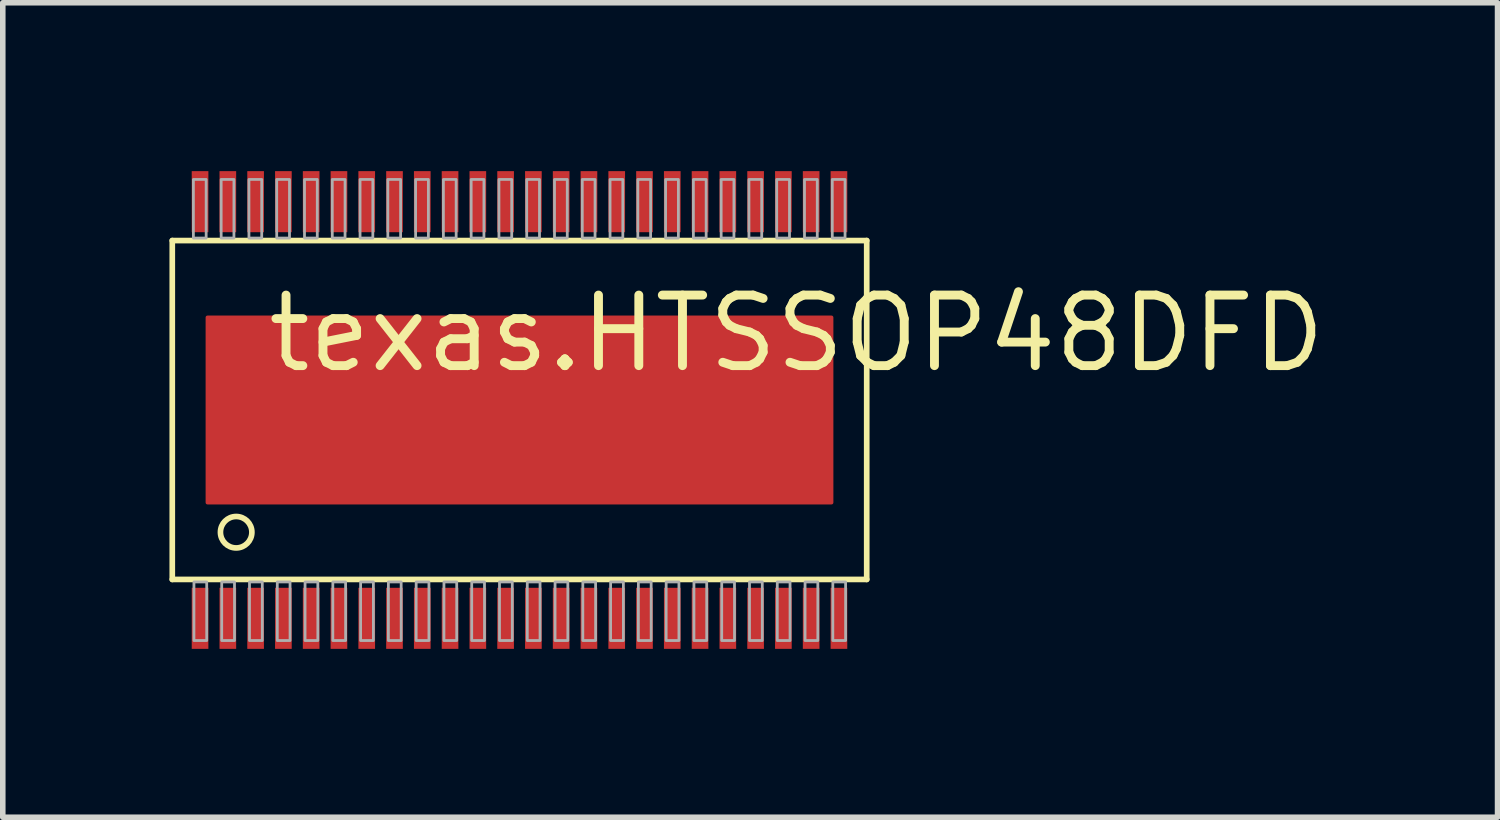
<source format=kicad_pcb>
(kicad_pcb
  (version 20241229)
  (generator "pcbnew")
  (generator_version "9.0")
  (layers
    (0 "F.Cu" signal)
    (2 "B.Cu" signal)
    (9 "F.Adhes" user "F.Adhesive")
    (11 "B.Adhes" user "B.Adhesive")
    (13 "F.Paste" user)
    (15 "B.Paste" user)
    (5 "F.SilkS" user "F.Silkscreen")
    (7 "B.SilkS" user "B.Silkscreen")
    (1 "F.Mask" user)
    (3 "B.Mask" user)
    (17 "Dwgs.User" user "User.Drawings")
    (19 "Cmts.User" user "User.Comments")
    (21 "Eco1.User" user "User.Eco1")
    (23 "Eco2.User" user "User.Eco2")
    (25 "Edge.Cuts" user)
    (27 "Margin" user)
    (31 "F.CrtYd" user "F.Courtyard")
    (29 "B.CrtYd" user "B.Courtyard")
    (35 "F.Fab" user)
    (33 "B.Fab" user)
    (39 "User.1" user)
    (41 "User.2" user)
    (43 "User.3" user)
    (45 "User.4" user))
  (footprint "texas.HTSSOP48DFD"
    (layer "F.Cu")
    (at 6.301 4.33)
    (property "Reference" "texas.HTSSOP48DFD" (at -4.61 -0.635 0) (layer "F.SilkS") (effects (font (size 1.27 1.27) (thickness 0.16)) (justify left bottom)))
    (attr smd)
    (fp_rect (start -5.905 -3.195) (end -5.595 -4.305) (stroke (width 0.05) (type default)) (fill yes) (layer "F.Mask"))
    (fp_rect (start -5.905 4.305) (end -5.595 3.195) (stroke (width 0.05) (type default)) (fill yes) (layer "F.Mask"))
    (fp_rect (start -5.65 1.7) (end 5.65 -1.7) (stroke (width 0.05) (type default)) (fill yes) (layer "F.Mask"))
    (fp_rect (start -5.405 -3.195) (end -5.095 -4.305) (stroke (width 0.05) (type default)) (fill yes) (layer "F.Mask"))
    (fp_rect (start -5.405 4.305) (end -5.095 3.195) (stroke (width 0.05) (type default)) (fill yes) (layer "F.Mask"))
    (fp_rect (start -4.905 -3.195) (end -4.595 -4.305) (stroke (width 0.05) (type default)) (fill yes) (layer "F.Mask"))
    (fp_rect (start -4.905 4.305) (end -4.595 3.195) (stroke (width 0.05) (type default)) (fill yes) (layer "F.Mask"))
    (fp_rect (start -4.405 -3.195) (end -4.095 -4.305) (stroke (width 0.05) (type default)) (fill yes) (layer "F.Mask"))
    (fp_rect (start -4.405 4.305) (end -4.095 3.195) (stroke (width 0.05) (type default)) (fill yes) (layer "F.Mask"))
    (fp_rect (start -3.905 -3.195) (end -3.595 -4.305) (stroke (width 0.05) (type default)) (fill yes) (layer "F.Mask"))
    (fp_rect (start -3.905 4.305) (end -3.595 3.195) (stroke (width 0.05) (type default)) (fill yes) (layer "F.Mask"))
    (fp_rect (start -3.405 -3.195) (end -3.095 -4.305) (stroke (width 0.05) (type default)) (fill yes) (layer "F.Mask"))
    (fp_rect (start -3.405 4.305) (end -3.095 3.195) (stroke (width 0.05) (type default)) (fill yes) (layer "F.Mask"))
    (fp_rect (start -2.905 -3.195) (end -2.595 -4.305) (stroke (width 0.05) (type default)) (fill yes) (layer "F.Mask"))
    (fp_rect (start -2.905 4.305) (end -2.595 3.195) (stroke (width 0.05) (type default)) (fill yes) (layer "F.Mask"))
    (fp_rect (start -2.405 -3.195) (end -2.095 -4.305) (stroke (width 0.05) (type default)) (fill yes) (layer "F.Mask"))
    (fp_rect (start -2.405 4.305) (end -2.095 3.195) (stroke (width 0.05) (type default)) (fill yes) (layer "F.Mask"))
    (fp_rect (start -1.905 -3.195) (end -1.595 -4.305) (stroke (width 0.05) (type default)) (fill yes) (layer "F.Mask"))
    (fp_rect (start -1.905 4.305) (end -1.595 3.195) (stroke (width 0.05) (type default)) (fill yes) (layer "F.Mask"))
    (fp_rect (start -1.405 -3.195) (end -1.095 -4.305) (stroke (width 0.05) (type default)) (fill yes) (layer "F.Mask"))
    (fp_rect (start -1.405 4.305) (end -1.095 3.195) (stroke (width 0.05) (type default)) (fill yes) (layer "F.Mask"))
    (fp_rect (start -0.905 -3.195) (end -0.595 -4.305) (stroke (width 0.05) (type default)) (fill yes) (layer "F.Mask"))
    (fp_rect (start -0.905 4.305) (end -0.595 3.195) (stroke (width 0.05) (type default)) (fill yes) (layer "F.Mask"))
    (fp_rect (start -0.405 -3.195) (end -0.095 -4.305) (stroke (width 0.05) (type default)) (fill yes) (layer "F.Mask"))
    (fp_rect (start -0.405 4.305) (end -0.095 3.195) (stroke (width 0.05) (type default)) (fill yes) (layer "F.Mask"))
    (fp_rect (start 0.095 -3.195) (end 0.405 -4.305) (stroke (width 0.05) (type default)) (fill yes) (layer "F.Mask"))
    (fp_rect (start 0.095 4.305) (end 0.405 3.195) (stroke (width 0.05) (type default)) (fill yes) (layer "F.Mask"))
    (fp_rect (start 0.595 -3.195) (end 0.905 -4.305) (stroke (width 0.05) (type default)) (fill yes) (layer "F.Mask"))
    (fp_rect (start 0.595 4.305) (end 0.905 3.195) (stroke (width 0.05) (type default)) (fill yes) (layer "F.Mask"))
    (fp_rect (start 1.095 -3.195) (end 1.405 -4.305) (stroke (width 0.05) (type default)) (fill yes) (layer "F.Mask"))
    (fp_rect (start 1.095 4.305) (end 1.405 3.195) (stroke (width 0.05) (type default)) (fill yes) (layer "F.Mask"))
    (fp_rect (start 1.595 -3.195) (end 1.905 -4.305) (stroke (width 0.05) (type default)) (fill yes) (layer "F.Mask"))
    (fp_rect (start 1.595 4.305) (end 1.905 3.195) (stroke (width 0.05) (type default)) (fill yes) (layer "F.Mask"))
    (fp_rect (start 2.095 -3.195) (end 2.405 -4.305) (stroke (width 0.05) (type default)) (fill yes) (layer "F.Mask"))
    (fp_rect (start 2.095 4.305) (end 2.405 3.195) (stroke (width 0.05) (type default)) (fill yes) (layer "F.Mask"))
    (fp_rect (start 2.595 -3.195) (end 2.905 -4.305) (stroke (width 0.05) (type default)) (fill yes) (layer "F.Mask"))
    (fp_rect (start 2.595 4.305) (end 2.905 3.195) (stroke (width 0.05) (type default)) (fill yes) (layer "F.Mask"))
    (fp_rect (start 3.095 -3.195) (end 3.405 -4.305) (stroke (width 0.05) (type default)) (fill yes) (layer "F.Mask"))
    (fp_rect (start 3.095 4.305) (end 3.405 3.195) (stroke (width 0.05) (type default)) (fill yes) (layer "F.Mask"))
    (fp_rect (start 3.595 -3.195) (end 3.905 -4.305) (stroke (width 0.05) (type default)) (fill yes) (layer "F.Mask"))
    (fp_rect (start 3.595 4.305) (end 3.905 3.195) (stroke (width 0.05) (type default)) (fill yes) (layer "F.Mask"))
    (fp_rect (start 4.095 -3.195) (end 4.405 -4.305) (stroke (width 0.05) (type default)) (fill yes) (layer "F.Mask"))
    (fp_rect (start 4.095 4.305) (end 4.405 3.195) (stroke (width 0.05) (type default)) (fill yes) (layer "F.Mask"))
    (fp_rect (start 4.595 -3.195) (end 4.905 -4.305) (stroke (width 0.05) (type default)) (fill yes) (layer "F.Mask"))
    (fp_rect (start 4.595 4.305) (end 4.905 3.195) (stroke (width 0.05) (type default)) (fill yes) (layer "F.Mask"))
    (fp_rect (start 5.095 -3.195) (end 5.405 -4.305) (stroke (width 0.05) (type default)) (fill yes) (layer "F.Mask"))
    (fp_rect (start 5.095 4.305) (end 5.405 3.195) (stroke (width 0.05) (type default)) (fill yes) (layer "F.Mask"))
    (fp_rect (start 5.595 -3.195) (end 5.905 -4.305) (stroke (width 0.05) (type default)) (fill yes) (layer "F.Mask"))
    (fp_rect (start 5.595 4.305) (end 5.905 3.195) (stroke (width 0.05) (type default)) (fill yes) (layer "F.Mask"))
    (fp_line (start -6.25 -3.05) (end 6.25 -3.05) (stroke (width 0.102) (type default)) (layer "F.SilkS"))
    (fp_line (start -6.25 3.05) (end -6.25 -3.05) (stroke (width 0.102) (type default)) (layer "F.SilkS"))
    (fp_line (start 6.25 -3.05) (end 6.25 3.05) (stroke (width 0.102) (type default)) (layer "F.SilkS"))
    (fp_line (start 6.25 3.05) (end -6.25 3.05) (stroke (width 0.102) (type default)) (layer "F.SilkS"))
    (fp_circle (center -5.1 2.2) (end -4.817 2.2) (stroke (width 0.102) (type default)) (fill no) (layer "F.SilkS"))
    (fp_rect (start -5.89 -3.215) (end -5.61 -4.285) (stroke (width 0.05) (type default)) (fill yes) (layer "F.Paste"))
    (fp_rect (start -5.89 4.285) (end -5.61 3.215) (stroke (width 0.05) (type default)) (fill yes) (layer "F.Paste"))
    (fp_rect (start -5.39 -3.215) (end -5.11 -4.285) (stroke (width 0.05) (type default)) (fill yes) (layer "F.Paste"))
    (fp_rect (start -5.39 4.285) (end -5.11 3.215) (stroke (width 0.05) (type default)) (fill yes) (layer "F.Paste"))
    (fp_rect (start -4.89 -3.215) (end -4.61 -4.285) (stroke (width 0.05) (type default)) (fill yes) (layer "F.Paste"))
    (fp_rect (start -4.89 4.285) (end -4.61 3.215) (stroke (width 0.05) (type default)) (fill yes) (layer "F.Paste"))
    (fp_rect (start -4.39 -3.215) (end -4.11 -4.285) (stroke (width 0.05) (type default)) (fill yes) (layer "F.Paste"))
    (fp_rect (start -4.39 4.285) (end -4.11 3.215) (stroke (width 0.05) (type default)) (fill yes) (layer "F.Paste"))
    (fp_rect (start -3.89 -3.215) (end -3.61 -4.285) (stroke (width 0.05) (type default)) (fill yes) (layer "F.Paste"))
    (fp_rect (start -3.89 4.285) (end -3.61 3.215) (stroke (width 0.05) (type default)) (fill yes) (layer "F.Paste"))
    (fp_rect (start -3.39 -3.215) (end -3.11 -4.285) (stroke (width 0.05) (type default)) (fill yes) (layer "F.Paste"))
    (fp_rect (start -3.39 4.285) (end -3.11 3.215) (stroke (width 0.05) (type default)) (fill yes) (layer "F.Paste"))
    (fp_rect (start -2.89 -3.215) (end -2.61 -4.285) (stroke (width 0.05) (type default)) (fill yes) (layer "F.Paste"))
    (fp_rect (start -2.89 4.285) (end -2.61 3.215) (stroke (width 0.05) (type default)) (fill yes) (layer "F.Paste"))
    (fp_rect (start -2.39 -3.215) (end -2.11 -4.285) (stroke (width 0.05) (type default)) (fill yes) (layer "F.Paste"))
    (fp_rect (start -2.39 4.285) (end -2.11 3.215) (stroke (width 0.05) (type default)) (fill yes) (layer "F.Paste"))
    (fp_rect (start -1.89 -3.215) (end -1.61 -4.285) (stroke (width 0.05) (type default)) (fill yes) (layer "F.Paste"))
    (fp_rect (start -1.89 4.285) (end -1.61 3.215) (stroke (width 0.05) (type default)) (fill yes) (layer "F.Paste"))
    (fp_rect (start -1.39 -3.215) (end -1.11 -4.285) (stroke (width 0.05) (type default)) (fill yes) (layer "F.Paste"))
    (fp_rect (start -1.39 4.285) (end -1.11 3.215) (stroke (width 0.05) (type default)) (fill yes) (layer "F.Paste"))
    (fp_rect (start -0.89 -3.215) (end -0.61 -4.285) (stroke (width 0.05) (type default)) (fill yes) (layer "F.Paste"))
    (fp_rect (start -0.89 4.285) (end -0.61 3.215) (stroke (width 0.05) (type default)) (fill yes) (layer "F.Paste"))
    (fp_rect (start -0.39 -3.215) (end -0.11 -4.285) (stroke (width 0.05) (type default)) (fill yes) (layer "F.Paste"))
    (fp_rect (start -0.39 4.285) (end -0.11 3.215) (stroke (width 0.05) (type default)) (fill yes) (layer "F.Paste"))
    (fp_rect (start 0.11 -3.215) (end 0.39 -4.285) (stroke (width 0.05) (type default)) (fill yes) (layer "F.Paste"))
    (fp_rect (start 0.11 4.285) (end 0.39 3.215) (stroke (width 0.05) (type default)) (fill yes) (layer "F.Paste"))
    (fp_rect (start 0.61 -3.215) (end 0.89 -4.285) (stroke (width 0.05) (type default)) (fill yes) (layer "F.Paste"))
    (fp_rect (start 0.61 4.285) (end 0.89 3.215) (stroke (width 0.05) (type default)) (fill yes) (layer "F.Paste"))
    (fp_rect (start 1.11 -3.215) (end 1.39 -4.285) (stroke (width 0.05) (type default)) (fill yes) (layer "F.Paste"))
    (fp_rect (start 1.11 4.285) (end 1.39 3.215) (stroke (width 0.05) (type default)) (fill yes) (layer "F.Paste"))
    (fp_rect (start 1.61 -3.215) (end 1.89 -4.285) (stroke (width 0.05) (type default)) (fill yes) (layer "F.Paste"))
    (fp_rect (start 1.61 4.285) (end 1.89 3.215) (stroke (width 0.05) (type default)) (fill yes) (layer "F.Paste"))
    (fp_rect (start 2.11 -3.215) (end 2.39 -4.285) (stroke (width 0.05) (type default)) (fill yes) (layer "F.Paste"))
    (fp_rect (start 2.11 4.285) (end 2.39 3.215) (stroke (width 0.05) (type default)) (fill yes) (layer "F.Paste"))
    (fp_rect (start 2.61 -3.215) (end 2.89 -4.285) (stroke (width 0.05) (type default)) (fill yes) (layer "F.Paste"))
    (fp_rect (start 2.61 4.285) (end 2.89 3.215) (stroke (width 0.05) (type default)) (fill yes) (layer "F.Paste"))
    (fp_rect (start 3.11 -3.215) (end 3.39 -4.285) (stroke (width 0.05) (type default)) (fill yes) (layer "F.Paste"))
    (fp_rect (start 3.11 4.285) (end 3.39 3.215) (stroke (width 0.05) (type default)) (fill yes) (layer "F.Paste"))
    (fp_rect (start 3.61 -3.215) (end 3.89 -4.285) (stroke (width 0.05) (type default)) (fill yes) (layer "F.Paste"))
    (fp_rect (start 3.61 4.285) (end 3.89 3.215) (stroke (width 0.05) (type default)) (fill yes) (layer "F.Paste"))
    (fp_rect (start 4.11 -3.215) (end 4.39 -4.285) (stroke (width 0.05) (type default)) (fill yes) (layer "F.Paste"))
    (fp_rect (start 4.11 4.285) (end 4.39 3.215) (stroke (width 0.05) (type default)) (fill yes) (layer "F.Paste"))
    (fp_rect (start 4.61 -3.215) (end 4.89 -4.285) (stroke (width 0.05) (type default)) (fill yes) (layer "F.Paste"))
    (fp_rect (start 4.61 4.285) (end 4.89 3.215) (stroke (width 0.05) (type default)) (fill yes) (layer "F.Paste"))
    (fp_rect (start 5.11 -3.215) (end 5.39 -4.285) (stroke (width 0.05) (type default)) (fill yes) (layer "F.Paste"))
    (fp_rect (start 5.11 4.285) (end 5.39 3.215) (stroke (width 0.05) (type default)) (fill yes) (layer "F.Paste"))
    (fp_rect (start 5.61 -3.215) (end 5.89 -4.285) (stroke (width 0.05) (type default)) (fill yes) (layer "F.Paste"))
    (fp_rect (start 5.61 4.285) (end 5.89 3.215) (stroke (width 0.05) (type default)) (fill yes) (layer "F.Paste"))
    (fp_rect (start -5.87 -3.095) (end -5.64 -4.15) (stroke (width 0.05) (type default)) (fill no) (layer "F.Fab"))
    (fp_rect (start -5.86 4.15) (end -5.63 3.095) (stroke (width 0.05) (type default)) (fill no) (layer "F.Fab"))
    (fp_rect (start -5.37 -3.095) (end -5.14 -4.15) (stroke (width 0.05) (type default)) (fill no) (layer "F.Fab"))
    (fp_rect (start -5.36 4.15) (end -5.13 3.095) (stroke (width 0.05) (type default)) (fill no) (layer "F.Fab"))
    (fp_rect (start -4.87 -3.095) (end -4.64 -4.15) (stroke (width 0.05) (type default)) (fill no) (layer "F.Fab"))
    (fp_rect (start -4.86 4.15) (end -4.63 3.095) (stroke (width 0.05) (type default)) (fill no) (layer "F.Fab"))
    (fp_rect (start -4.37 -3.095) (end -4.14 -4.15) (stroke (width 0.05) (type default)) (fill no) (layer "F.Fab"))
    (fp_rect (start -4.36 4.15) (end -4.13 3.095) (stroke (width 0.05) (type default)) (fill no) (layer "F.Fab"))
    (fp_rect (start -3.87 -3.095) (end -3.64 -4.15) (stroke (width 0.05) (type default)) (fill no) (layer "F.Fab"))
    (fp_rect (start -3.86 4.15) (end -3.63 3.095) (stroke (width 0.05) (type default)) (fill no) (layer "F.Fab"))
    (fp_rect (start -3.37 -3.095) (end -3.14 -4.15) (stroke (width 0.05) (type default)) (fill no) (layer "F.Fab"))
    (fp_rect (start -3.36 4.15) (end -3.13 3.095) (stroke (width 0.05) (type default)) (fill no) (layer "F.Fab"))
    (fp_rect (start -2.87 -3.095) (end -2.64 -4.15) (stroke (width 0.05) (type default)) (fill no) (layer "F.Fab"))
    (fp_rect (start -2.86 4.15) (end -2.63 3.095) (stroke (width 0.05) (type default)) (fill no) (layer "F.Fab"))
    (fp_rect (start -2.37 -3.095) (end -2.14 -4.15) (stroke (width 0.05) (type default)) (fill no) (layer "F.Fab"))
    (fp_rect (start -2.36 4.15) (end -2.13 3.095) (stroke (width 0.05) (type default)) (fill no) (layer "F.Fab"))
    (fp_rect (start -1.87 -3.095) (end -1.64 -4.15) (stroke (width 0.05) (type default)) (fill no) (layer "F.Fab"))
    (fp_rect (start -1.86 4.15) (end -1.63 3.095) (stroke (width 0.05) (type default)) (fill no) (layer "F.Fab"))
    (fp_rect (start -1.37 -3.095) (end -1.14 -4.15) (stroke (width 0.05) (type default)) (fill no) (layer "F.Fab"))
    (fp_rect (start -1.36 4.15) (end -1.13 3.095) (stroke (width 0.05) (type default)) (fill no) (layer "F.Fab"))
    (fp_rect (start -0.87 -3.095) (end -0.64 -4.15) (stroke (width 0.05) (type default)) (fill no) (layer "F.Fab"))
    (fp_rect (start -0.86 4.15) (end -0.63 3.095) (stroke (width 0.05) (type default)) (fill no) (layer "F.Fab"))
    (fp_rect (start -0.37 -3.095) (end -0.14 -4.15) (stroke (width 0.05) (type default)) (fill no) (layer "F.Fab"))
    (fp_rect (start -0.36 4.15) (end -0.13 3.095) (stroke (width 0.05) (type default)) (fill no) (layer "F.Fab"))
    (fp_rect (start 0.13 -3.095) (end 0.36 -4.15) (stroke (width 0.05) (type default)) (fill no) (layer "F.Fab"))
    (fp_rect (start 0.14 4.15) (end 0.37 3.095) (stroke (width 0.05) (type default)) (fill no) (layer "F.Fab"))
    (fp_rect (start 0.63 -3.095) (end 0.86 -4.15) (stroke (width 0.05) (type default)) (fill no) (layer "F.Fab"))
    (fp_rect (start 0.64 4.15) (end 0.87 3.095) (stroke (width 0.05) (type default)) (fill no) (layer "F.Fab"))
    (fp_rect (start 1.13 -3.095) (end 1.36 -4.15) (stroke (width 0.05) (type default)) (fill no) (layer "F.Fab"))
    (fp_rect (start 1.14 4.15) (end 1.37 3.095) (stroke (width 0.05) (type default)) (fill no) (layer "F.Fab"))
    (fp_rect (start 1.63 -3.095) (end 1.86 -4.15) (stroke (width 0.05) (type default)) (fill no) (layer "F.Fab"))
    (fp_rect (start 1.64 4.15) (end 1.87 3.095) (stroke (width 0.05) (type default)) (fill no) (layer "F.Fab"))
    (fp_rect (start 2.13 -3.095) (end 2.36 -4.15) (stroke (width 0.05) (type default)) (fill no) (layer "F.Fab"))
    (fp_rect (start 2.14 4.15) (end 2.37 3.095) (stroke (width 0.05) (type default)) (fill no) (layer "F.Fab"))
    (fp_rect (start 2.63 -3.095) (end 2.86 -4.15) (stroke (width 0.05) (type default)) (fill no) (layer "F.Fab"))
    (fp_rect (start 2.64 4.15) (end 2.87 3.095) (stroke (width 0.05) (type default)) (fill no) (layer "F.Fab"))
    (fp_rect (start 3.13 -3.095) (end 3.36 -4.15) (stroke (width 0.05) (type default)) (fill no) (layer "F.Fab"))
    (fp_rect (start 3.14 4.15) (end 3.37 3.095) (stroke (width 0.05) (type default)) (fill no) (layer "F.Fab"))
    (fp_rect (start 3.63 -3.095) (end 3.86 -4.15) (stroke (width 0.05) (type default)) (fill no) (layer "F.Fab"))
    (fp_rect (start 3.64 4.15) (end 3.87 3.095) (stroke (width 0.05) (type default)) (fill no) (layer "F.Fab"))
    (fp_rect (start 4.13 -3.095) (end 4.36 -4.15) (stroke (width 0.05) (type default)) (fill no) (layer "F.Fab"))
    (fp_rect (start 4.14 4.15) (end 4.37 3.095) (stroke (width 0.05) (type default)) (fill no) (layer "F.Fab"))
    (fp_rect (start 4.63 -3.095) (end 4.86 -4.15) (stroke (width 0.05) (type default)) (fill no) (layer "F.Fab"))
    (fp_rect (start 4.64 4.15) (end 4.87 3.095) (stroke (width 0.05) (type default)) (fill no) (layer "F.Fab"))
    (fp_rect (start 5.13 -3.095) (end 5.36 -4.15) (stroke (width 0.05) (type default)) (fill no) (layer "F.Fab"))
    (fp_rect (start 5.14 4.15) (end 5.37 3.095) (stroke (width 0.05) (type default)) (fill no) (layer "F.Fab"))
    (fp_rect (start 5.63 -3.095) (end 5.86 -4.15) (stroke (width 0.05) (type default)) (fill no) (layer "F.Fab"))
    (fp_rect (start 5.64 4.15) (end 5.87 3.095) (stroke (width 0.05) (type default)) (fill no) (layer "F.Fab"))
    (pad "1" smd roundrect (at -5.75 3.75) (size 0.3 1.1) (layers "F.Cu" "F.Mask" "F.Paste") (roundrect_rratio 0.01))
    (pad "2" smd roundrect (at -5.25 3.75) (size 0.3 1.1) (layers "F.Cu" "F.Mask" "F.Paste") (roundrect_rratio 0.01))
    (pad "3" smd roundrect (at -4.75 3.75) (size 0.3 1.1) (layers "F.Cu" "F.Mask" "F.Paste") (roundrect_rratio 0.01))
    (pad "4" smd roundrect (at -4.25 3.75) (size 0.3 1.1) (layers "F.Cu" "F.Mask" "F.Paste") (roundrect_rratio 0.01))
    (pad "5" smd roundrect (at -3.75 3.75) (size 0.3 1.1) (layers "F.Cu" "F.Mask" "F.Paste") (roundrect_rratio 0.01))
    (pad "6" smd roundrect (at -3.25 3.75) (size 0.3 1.1) (layers "F.Cu" "F.Mask" "F.Paste") (roundrect_rratio 0.01))
    (pad "7" smd roundrect (at -2.75 3.75) (size 0.3 1.1) (layers "F.Cu" "F.Mask" "F.Paste") (roundrect_rratio 0.01))
    (pad "8" smd roundrect (at -2.25 3.75) (size 0.3 1.1) (layers "F.Cu" "F.Mask" "F.Paste") (roundrect_rratio 0.01))
    (pad "9" smd roundrect (at -1.75 3.75) (size 0.3 1.1) (layers "F.Cu" "F.Mask" "F.Paste") (roundrect_rratio 0.01))
    (pad "10" smd roundrect (at -1.25 3.75) (size 0.3 1.1) (layers "F.Cu" "F.Mask" "F.Paste") (roundrect_rratio 0.01))
    (pad "11" smd roundrect (at -0.75 3.75) (size 0.3 1.1) (layers "F.Cu" "F.Mask" "F.Paste") (roundrect_rratio 0.01))
    (pad "12" smd roundrect (at -0.25 3.75) (size 0.3 1.1) (layers "F.Cu" "F.Mask" "F.Paste") (roundrect_rratio 0.01))
    (pad "13" smd roundrect (at 0.25 3.75) (size 0.3 1.1) (layers "F.Cu" "F.Mask" "F.Paste") (roundrect_rratio 0.01))
    (pad "14" smd roundrect (at 0.75 3.75) (size 0.3 1.1) (layers "F.Cu" "F.Mask" "F.Paste") (roundrect_rratio 0.01))
    (pad "15" smd roundrect (at 1.25 3.75) (size 0.3 1.1) (layers "F.Cu" "F.Mask" "F.Paste") (roundrect_rratio 0.01))
    (pad "16" smd roundrect (at 1.75 3.75) (size 0.3 1.1) (layers "F.Cu" "F.Mask" "F.Paste") (roundrect_rratio 0.01))
    (pad "17" smd roundrect (at 2.25 3.75) (size 0.3 1.1) (layers "F.Cu" "F.Mask" "F.Paste") (roundrect_rratio 0.01))
    (pad "18" smd roundrect (at 2.75 3.75) (size 0.3 1.1) (layers "F.Cu" "F.Mask" "F.Paste") (roundrect_rratio 0.01))
    (pad "19" smd roundrect (at 3.25 3.75) (size 0.3 1.1) (layers "F.Cu" "F.Mask" "F.Paste") (roundrect_rratio 0.01))
    (pad "20" smd roundrect (at 3.75 3.75) (size 0.3 1.1) (layers "F.Cu" "F.Mask" "F.Paste") (roundrect_rratio 0.01))
    (pad "21" smd roundrect (at 4.25 3.75) (size 0.3 1.1) (layers "F.Cu" "F.Mask" "F.Paste") (roundrect_rratio 0.01))
    (pad "22" smd roundrect (at 4.75 3.75) (size 0.3 1.1) (layers "F.Cu" "F.Mask" "F.Paste") (roundrect_rratio 0.01))
    (pad "23" smd roundrect (at 5.25 3.75) (size 0.3 1.1) (layers "F.Cu" "F.Mask" "F.Paste") (roundrect_rratio 0.01))
    (pad "24" smd roundrect (at 5.75 3.75) (size 0.3 1.1) (layers "F.Cu" "F.Mask" "F.Paste") (roundrect_rratio 0.01))
    (pad "25" smd roundrect (at 5.75 -3.75 180) (size 0.3 1.1) (layers "F.Cu" "F.Mask" "F.Paste") (roundrect_rratio 0.01))
    (pad "26" smd roundrect (at 5.25 -3.75 180) (size 0.3 1.1) (layers "F.Cu" "F.Mask" "F.Paste") (roundrect_rratio 0.01))
    (pad "27" smd roundrect (at 4.75 -3.75 180) (size 0.3 1.1) (layers "F.Cu" "F.Mask" "F.Paste") (roundrect_rratio 0.01))
    (pad "28" smd roundrect (at 4.25 -3.75 180) (size 0.3 1.1) (layers "F.Cu" "F.Mask" "F.Paste") (roundrect_rratio 0.01))
    (pad "29" smd roundrect (at 3.75 -3.75 180) (size 0.3 1.1) (layers "F.Cu" "F.Mask" "F.Paste") (roundrect_rratio 0.01))
    (pad "30" smd roundrect (at 3.25 -3.75 180) (size 0.3 1.1) (layers "F.Cu" "F.Mask" "F.Paste") (roundrect_rratio 0.01))
    (pad "31" smd roundrect (at 2.75 -3.75 180) (size 0.3 1.1) (layers "F.Cu" "F.Mask" "F.Paste") (roundrect_rratio 0.01))
    (pad "32" smd roundrect (at 2.25 -3.75 180) (size 0.3 1.1) (layers "F.Cu" "F.Mask" "F.Paste") (roundrect_rratio 0.01))
    (pad "33" smd roundrect (at 1.75 -3.75 180) (size 0.3 1.1) (layers "F.Cu" "F.Mask" "F.Paste") (roundrect_rratio 0.01))
    (pad "34" smd roundrect (at 1.25 -3.75 180) (size 0.3 1.1) (layers "F.Cu" "F.Mask" "F.Paste") (roundrect_rratio 0.01))
    (pad "35" smd roundrect (at 0.75 -3.75 180) (size 0.3 1.1) (layers "F.Cu" "F.Mask" "F.Paste") (roundrect_rratio 0.01))
    (pad "36" smd roundrect (at 0.25 -3.75 180) (size 0.3 1.1) (layers "F.Cu" "F.Mask" "F.Paste") (roundrect_rratio 0.01))
    (pad "37" smd roundrect (at -0.25 -3.75 180) (size 0.3 1.1) (layers "F.Cu" "F.Mask" "F.Paste") (roundrect_rratio 0.01))
    (pad "38" smd roundrect (at -0.75 -3.75 180) (size 0.3 1.1) (layers "F.Cu" "F.Mask" "F.Paste") (roundrect_rratio 0.01))
    (pad "39" smd roundrect (at -1.25 -3.75 180) (size 0.3 1.1) (layers "F.Cu" "F.Mask" "F.Paste") (roundrect_rratio 0.01))
    (pad "40" smd roundrect (at -1.75 -3.75 180) (size 0.3 1.1) (layers "F.Cu" "F.Mask" "F.Paste") (roundrect_rratio 0.01))
    (pad "41" smd roundrect (at -2.25 -3.75 180) (size 0.3 1.1) (layers "F.Cu" "F.Mask" "F.Paste") (roundrect_rratio 0.01))
    (pad "42" smd roundrect (at -2.75 -3.75 180) (size 0.3 1.1) (layers "F.Cu" "F.Mask" "F.Paste") (roundrect_rratio 0.01))
    (pad "43" smd roundrect (at -3.25 -3.75 180) (size 0.3 1.1) (layers "F.Cu" "F.Mask" "F.Paste") (roundrect_rratio 0.01))
    (pad "44" smd roundrect (at -3.75 -3.75 180) (size 0.3 1.1) (layers "F.Cu" "F.Mask" "F.Paste") (roundrect_rratio 0.01))
    (pad "45" smd roundrect (at -4.25 -3.75 180) (size 0.3 1.1) (layers "F.Cu" "F.Mask" "F.Paste") (roundrect_rratio 0.01))
    (pad "46" smd roundrect (at -4.75 -3.75 180) (size 0.3 1.1) (layers "F.Cu" "F.Mask" "F.Paste") (roundrect_rratio 0.01))
    (pad "47" smd roundrect (at -5.25 -3.75 180) (size 0.3 1.1) (layers "F.Cu" "F.Mask" "F.Paste") (roundrect_rratio 0.01))
    (pad "48" smd roundrect (at -5.75 -3.75 180) (size 0.3 1.1) (layers "F.Cu" "F.Mask" "F.Paste") (roundrect_rratio 0.01))
    (pad "EXP" smd roundrect (at 0 0) (size 11.3 3.4) (layers "F.Cu" "F.Mask" "F.Paste") (roundrect_rratio 0.01)))
  (gr_rect
    (start -3 -3)
    (end 23.906 11.66)
    (stroke (width 0.1) (type default))
    (fill no)
    (layer "Edge.Cuts")))
</source>
